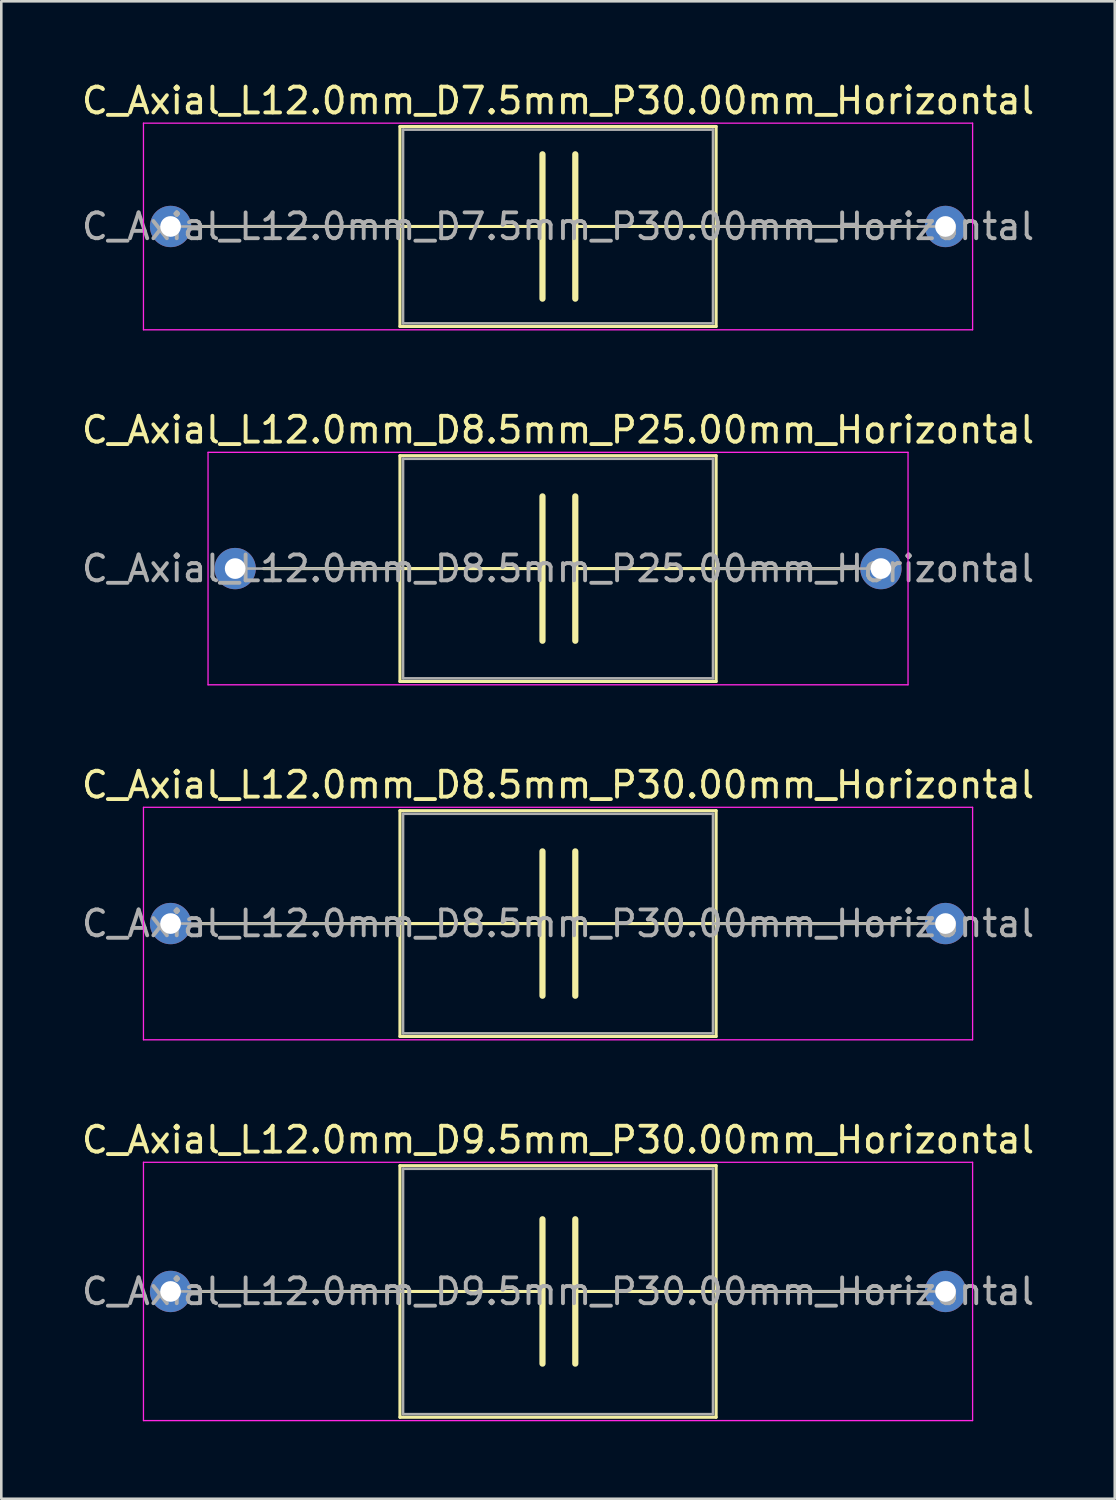
<source format=kicad_pcb>
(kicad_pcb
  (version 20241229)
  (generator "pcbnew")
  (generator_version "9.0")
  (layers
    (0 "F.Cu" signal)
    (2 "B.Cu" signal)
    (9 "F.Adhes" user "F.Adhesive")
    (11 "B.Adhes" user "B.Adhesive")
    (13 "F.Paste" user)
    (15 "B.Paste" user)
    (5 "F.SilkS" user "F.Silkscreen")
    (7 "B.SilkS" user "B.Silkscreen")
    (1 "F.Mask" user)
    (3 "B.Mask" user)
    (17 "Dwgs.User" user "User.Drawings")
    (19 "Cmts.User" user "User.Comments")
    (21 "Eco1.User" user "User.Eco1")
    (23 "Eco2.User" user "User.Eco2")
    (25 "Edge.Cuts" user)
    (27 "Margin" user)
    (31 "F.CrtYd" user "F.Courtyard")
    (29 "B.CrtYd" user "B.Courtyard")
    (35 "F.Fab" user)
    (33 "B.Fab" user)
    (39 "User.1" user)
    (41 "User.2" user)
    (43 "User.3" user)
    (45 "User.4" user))
  (footprint "C_Axial_L12.0mm_D8.5mm_P25.00mm_Horizontal"
    (layer "F.Cu")
    (at 6.054 18.962)
    (property "Reference" "C_Axial_L12.0mm_D8.5mm_P25.00mm_Horizontal" (at 12.5 -5.37 0) (layer "F.SilkS") (effects (font (size 1 1) (thickness 0.15))))
    (attr through_hole)
    (fp_line (start 1.1 0) (end 6.38 0) (stroke (width 0.12) (type solid)) (layer "F.SilkS"))
    (fp_line (start 6.38 -4.37) (end 6.38 4.37) (stroke (width 0.12) (type solid)) (layer "F.SilkS"))
    (fp_line (start 6.38 0) (end 11.898 0) (stroke (width 0.12) (type solid)) (layer "F.SilkS"))
    (fp_line (start 6.38 4.37) (end 18.62 4.37) (stroke (width 0.12) (type solid)) (layer "F.SilkS"))
    (fp_line (start 11.898 -2.794) (end 11.898 2.794) (stroke (width 0.24) (type solid)) (layer "F.SilkS"))
    (fp_line (start 13.168 2.794) (end 13.168 -2.794) (stroke (width 0.24) (type solid)) (layer "F.SilkS"))
    (fp_line (start 18.62 -4.37) (end 6.38 -4.37) (stroke (width 0.12) (type solid)) (layer "F.SilkS"))
    (fp_line (start 18.62 0) (end 13.168 0) (stroke (width 0.12) (type solid)) (layer "F.SilkS"))
    (fp_line (start 18.62 4.37) (end 18.62 -4.37) (stroke (width 0.12) (type solid)) (layer "F.SilkS"))
    (fp_line (start 23.9 0) (end 18.62 0) (stroke (width 0.12) (type solid)) (layer "F.SilkS"))
    (fp_line (start -1.05 -4.5) (end -1.05 4.5) (stroke (width 0.05) (type solid)) (layer "F.CrtYd"))
    (fp_line (start -1.05 4.5) (end 26.05 4.5) (stroke (width 0.05) (type solid)) (layer "F.CrtYd"))
    (fp_line (start 26.05 -4.5) (end -1.05 -4.5) (stroke (width 0.05) (type solid)) (layer "F.CrtYd"))
    (fp_line (start 26.05 4.5) (end 26.05 -4.5) (stroke (width 0.05) (type solid)) (layer "F.CrtYd"))
    (fp_line (start 0.1 0) (end 6.5 0) (stroke (width 0.1) (type solid)) (layer "F.Fab"))
    (fp_line (start 6.5 -4.25) (end 6.5 4.25) (stroke (width 0.1) (type solid)) (layer "F.Fab"))
    (fp_line (start 6.5 4.25) (end 18.5 4.25) (stroke (width 0.1) (type solid)) (layer "F.Fab"))
    (fp_line (start 18.5 -4.25) (end 6.5 -4.25) (stroke (width 0.1) (type solid)) (layer "F.Fab"))
    (fp_line (start 18.5 4.25) (end 18.5 -4.25) (stroke (width 0.1) (type solid)) (layer "F.Fab"))
    (fp_line (start 25 0) (end 18.5 0) (stroke (width 0.1) (type solid)) (layer "F.Fab"))
    (fp_text user "${REFERENCE}" (at 12.5 0 0) (layer "F.Fab") (effects (font (size 1 1) (thickness 0.15))))
    (pad "1" thru_hole circle (at 0 0) (size 1.6 1.6) (drill 0.8) (layers "*.Cu" "*.Mask"))
    (pad "2" thru_hole oval (at 25 0) (size 1.6 1.6) (drill 0.8) (layers "*.Cu" "*.Mask")))
  (footprint "C_Axial_L12.0mm_D8.5mm_P30.00mm_Horizontal"
    (layer "F.Cu")
    (at 3.554 32.705)
    (property "Reference" "C_Axial_L12.0mm_D8.5mm_P30.00mm_Horizontal" (at 15 -5.37 0) (layer "F.SilkS") (effects (font (size 1 1) (thickness 0.15))))
    (attr through_hole)
    (fp_line (start 1.1 0) (end 8.88 0) (stroke (width 0.12) (type solid)) (layer "F.SilkS"))
    (fp_line (start 8.88 -4.37) (end 8.88 4.37) (stroke (width 0.12) (type solid)) (layer "F.SilkS"))
    (fp_line (start 8.88 0) (end 14.398 0) (stroke (width 0.12) (type solid)) (layer "F.SilkS"))
    (fp_line (start 8.88 4.37) (end 21.12 4.37) (stroke (width 0.12) (type solid)) (layer "F.SilkS"))
    (fp_line (start 14.398 -2.794) (end 14.398 2.794) (stroke (width 0.24) (type solid)) (layer "F.SilkS"))
    (fp_line (start 15.668 2.794) (end 15.668 -2.794) (stroke (width 0.24) (type solid)) (layer "F.SilkS"))
    (fp_line (start 21.12 -4.37) (end 8.88 -4.37) (stroke (width 0.12) (type solid)) (layer "F.SilkS"))
    (fp_line (start 21.12 0) (end 15.668 0) (stroke (width 0.12) (type solid)) (layer "F.SilkS"))
    (fp_line (start 21.12 4.37) (end 21.12 -4.37) (stroke (width 0.12) (type solid)) (layer "F.SilkS"))
    (fp_line (start 28.9 0) (end 21.12 0) (stroke (width 0.12) (type solid)) (layer "F.SilkS"))
    (fp_line (start -1.05 -4.5) (end -1.05 4.5) (stroke (width 0.05) (type solid)) (layer "F.CrtYd"))
    (fp_line (start -1.05 4.5) (end 31.05 4.5) (stroke (width 0.05) (type solid)) (layer "F.CrtYd"))
    (fp_line (start 31.05 -4.5) (end -1.05 -4.5) (stroke (width 0.05) (type solid)) (layer "F.CrtYd"))
    (fp_line (start 31.05 4.5) (end 31.05 -4.5) (stroke (width 0.05) (type solid)) (layer "F.CrtYd"))
    (fp_line (start 0 0) (end 9 0) (stroke (width 0.1) (type solid)) (layer "F.Fab"))
    (fp_line (start 9 -4.25) (end 9 4.25) (stroke (width 0.1) (type solid)) (layer "F.Fab"))
    (fp_line (start 9 4.25) (end 21 4.25) (stroke (width 0.1) (type solid)) (layer "F.Fab"))
    (fp_line (start 21 -4.25) (end 9 -4.25) (stroke (width 0.1) (type solid)) (layer "F.Fab"))
    (fp_line (start 21 4.25) (end 21 -4.25) (stroke (width 0.1) (type solid)) (layer "F.Fab"))
    (fp_line (start 30 0) (end 21 0) (stroke (width 0.1) (type solid)) (layer "F.Fab"))
    (fp_text user "${REFERENCE}" (at 15 0 0) (layer "F.Fab") (effects (font (size 1 1) (thickness 0.15))))
    (pad "1" thru_hole circle (at 0 0) (size 1.6 1.6) (drill 0.8) (layers "*.Cu" "*.Mask"))
    (pad "2" thru_hole oval (at 30 0) (size 1.6 1.6) (drill 0.8) (layers "*.Cu" "*.Mask")))
  (footprint "C_Axial_L12.0mm_D9.5mm_P30.00mm_Horizontal"
    (layer "F.Cu")
    (at 3.554 46.948)
    (property "Reference" "C_Axial_L12.0mm_D9.5mm_P30.00mm_Horizontal" (at 15 -5.87 0) (layer "F.SilkS") (effects (font (size 1 1) (thickness 0.15))))
    (attr through_hole)
    (fp_line (start 1.1 0) (end 8.88 0) (stroke (width 0.12) (type solid)) (layer "F.SilkS"))
    (fp_line (start 8.88 -4.87) (end 8.88 4.87) (stroke (width 0.12) (type solid)) (layer "F.SilkS"))
    (fp_line (start 8.88 0) (end 14.398 0) (stroke (width 0.12) (type solid)) (layer "F.SilkS"))
    (fp_line (start 8.88 4.87) (end 21.12 4.87) (stroke (width 0.12) (type solid)) (layer "F.SilkS"))
    (fp_line (start 14.398 -2.794) (end 14.398 2.794) (stroke (width 0.24) (type solid)) (layer "F.SilkS"))
    (fp_line (start 15.668 2.794) (end 15.668 -2.794) (stroke (width 0.24) (type solid)) (layer "F.SilkS"))
    (fp_line (start 21.12 -4.87) (end 8.88 -4.87) (stroke (width 0.12) (type solid)) (layer "F.SilkS"))
    (fp_line (start 21.12 0) (end 15.668 0) (stroke (width 0.12) (type solid)) (layer "F.SilkS"))
    (fp_line (start 21.12 4.87) (end 21.12 -4.87) (stroke (width 0.12) (type solid)) (layer "F.SilkS"))
    (fp_line (start 28.9 0) (end 21.12 0) (stroke (width 0.12) (type solid)) (layer "F.SilkS"))
    (fp_line (start -1.05 -5) (end -1.05 5) (stroke (width 0.05) (type solid)) (layer "F.CrtYd"))
    (fp_line (start -1.05 5) (end 31.05 5) (stroke (width 0.05) (type solid)) (layer "F.CrtYd"))
    (fp_line (start 31.05 -5) (end -1.05 -5) (stroke (width 0.05) (type solid)) (layer "F.CrtYd"))
    (fp_line (start 31.05 5) (end 31.05 -5) (stroke (width 0.05) (type solid)) (layer "F.CrtYd"))
    (fp_line (start 0 0) (end 9 0) (stroke (width 0.1) (type solid)) (layer "F.Fab"))
    (fp_line (start 9 -4.75) (end 9 4.75) (stroke (width 0.1) (type solid)) (layer "F.Fab"))
    (fp_line (start 9 4.75) (end 21 4.75) (stroke (width 0.1) (type solid)) (layer "F.Fab"))
    (fp_line (start 21 -4.75) (end 9 -4.75) (stroke (width 0.1) (type solid)) (layer "F.Fab"))
    (fp_line (start 21 4.75) (end 21 -4.75) (stroke (width 0.1) (type solid)) (layer "F.Fab"))
    (fp_line (start 30 0) (end 21 0) (stroke (width 0.1) (type solid)) (layer "F.Fab"))
    (fp_text user "${REFERENCE}" (at 15 0 0) (layer "F.Fab") (effects (font (size 1 1) (thickness 0.15))))
    (pad "1" thru_hole circle (at 0 0) (size 1.6 1.6) (drill 0.8) (layers "*.Cu" "*.Mask"))
    (pad "2" thru_hole oval (at 30 0) (size 1.6 1.6) (drill 0.8) (layers "*.Cu" "*.Mask")))
  (footprint "C_Axial_L12.0mm_D7.5mm_P30.00mm_Horizontal"
    (layer "F.Cu")
    (at 3.554 5.718)
    (property "Reference" "C_Axial_L12.0mm_D7.5mm_P30.00mm_Horizontal" (at 15 -4.87 0) (layer "F.SilkS") (effects (font (size 1 1) (thickness 0.15))))
    (attr through_hole)
    (fp_line (start 1.1 0) (end 8.88 0) (stroke (width 0.12) (type solid)) (layer "F.SilkS"))
    (fp_line (start 8.88 -3.87) (end 8.88 3.87) (stroke (width 0.12) (type solid)) (layer "F.SilkS"))
    (fp_line (start 8.88 3.87) (end 21.12 3.87) (stroke (width 0.12) (type solid)) (layer "F.SilkS"))
    (fp_line (start 8.89 0) (end 14.398 0) (stroke (width 0.12) (type solid)) (layer "F.SilkS"))
    (fp_line (start 14.398 -2.794) (end 14.398 2.794) (stroke (width 0.24) (type solid)) (layer "F.SilkS"))
    (fp_line (start 15.668 2.794) (end 15.668 -2.794) (stroke (width 0.24) (type solid)) (layer "F.SilkS"))
    (fp_line (start 21.12 -3.87) (end 8.88 -3.87) (stroke (width 0.12) (type solid)) (layer "F.SilkS"))
    (fp_line (start 21.12 0) (end 15.668 0) (stroke (width 0.12) (type solid)) (layer "F.SilkS"))
    (fp_line (start 21.12 3.87) (end 21.12 -3.87) (stroke (width 0.12) (type solid)) (layer "F.SilkS"))
    (fp_line (start 28.9 0) (end 21.12 0) (stroke (width 0.12) (type solid)) (layer "F.SilkS"))
    (fp_line (start -1.05 -4) (end -1.05 4) (stroke (width 0.05) (type solid)) (layer "F.CrtYd"))
    (fp_line (start -1.05 4) (end 31.05 4) (stroke (width 0.05) (type solid)) (layer "F.CrtYd"))
    (fp_line (start 31.05 -4) (end -1.05 -4) (stroke (width 0.05) (type solid)) (layer "F.CrtYd"))
    (fp_line (start 31.05 4) (end 31.05 -4) (stroke (width 0.05) (type solid)) (layer "F.CrtYd"))
    (fp_line (start 0 0) (end 9 0) (stroke (width 0.1) (type solid)) (layer "F.Fab"))
    (fp_line (start 9 -3.75) (end 9 3.75) (stroke (width 0.1) (type solid)) (layer "F.Fab"))
    (fp_line (start 9 3.75) (end 21 3.75) (stroke (width 0.1) (type solid)) (layer "F.Fab"))
    (fp_line (start 21 -3.75) (end 9 -3.75) (stroke (width 0.1) (type solid)) (layer "F.Fab"))
    (fp_line (start 21 3.75) (end 21 -3.75) (stroke (width 0.1) (type solid)) (layer "F.Fab"))
    (fp_line (start 30 0) (end 21 0) (stroke (width 0.1) (type solid)) (layer "F.Fab"))
    (fp_text user "${REFERENCE}" (at 15 0 0) (layer "F.Fab") (effects (font (size 1 1) (thickness 0.15))))
    (pad "1" thru_hole circle (at 0 0) (size 1.6 1.6) (drill 0.8) (layers "*.Cu" "*.Mask"))
    (pad "2" thru_hole oval (at 30 0) (size 1.6 1.6) (drill 0.8) (layers "*.Cu" "*.Mask")))
  (gr_rect
    (start -3 -3)
    (end 40.107 54.973)
    (stroke (width 0.1) (type default))
    (fill no)
    (layer "Edge.Cuts")))
</source>
